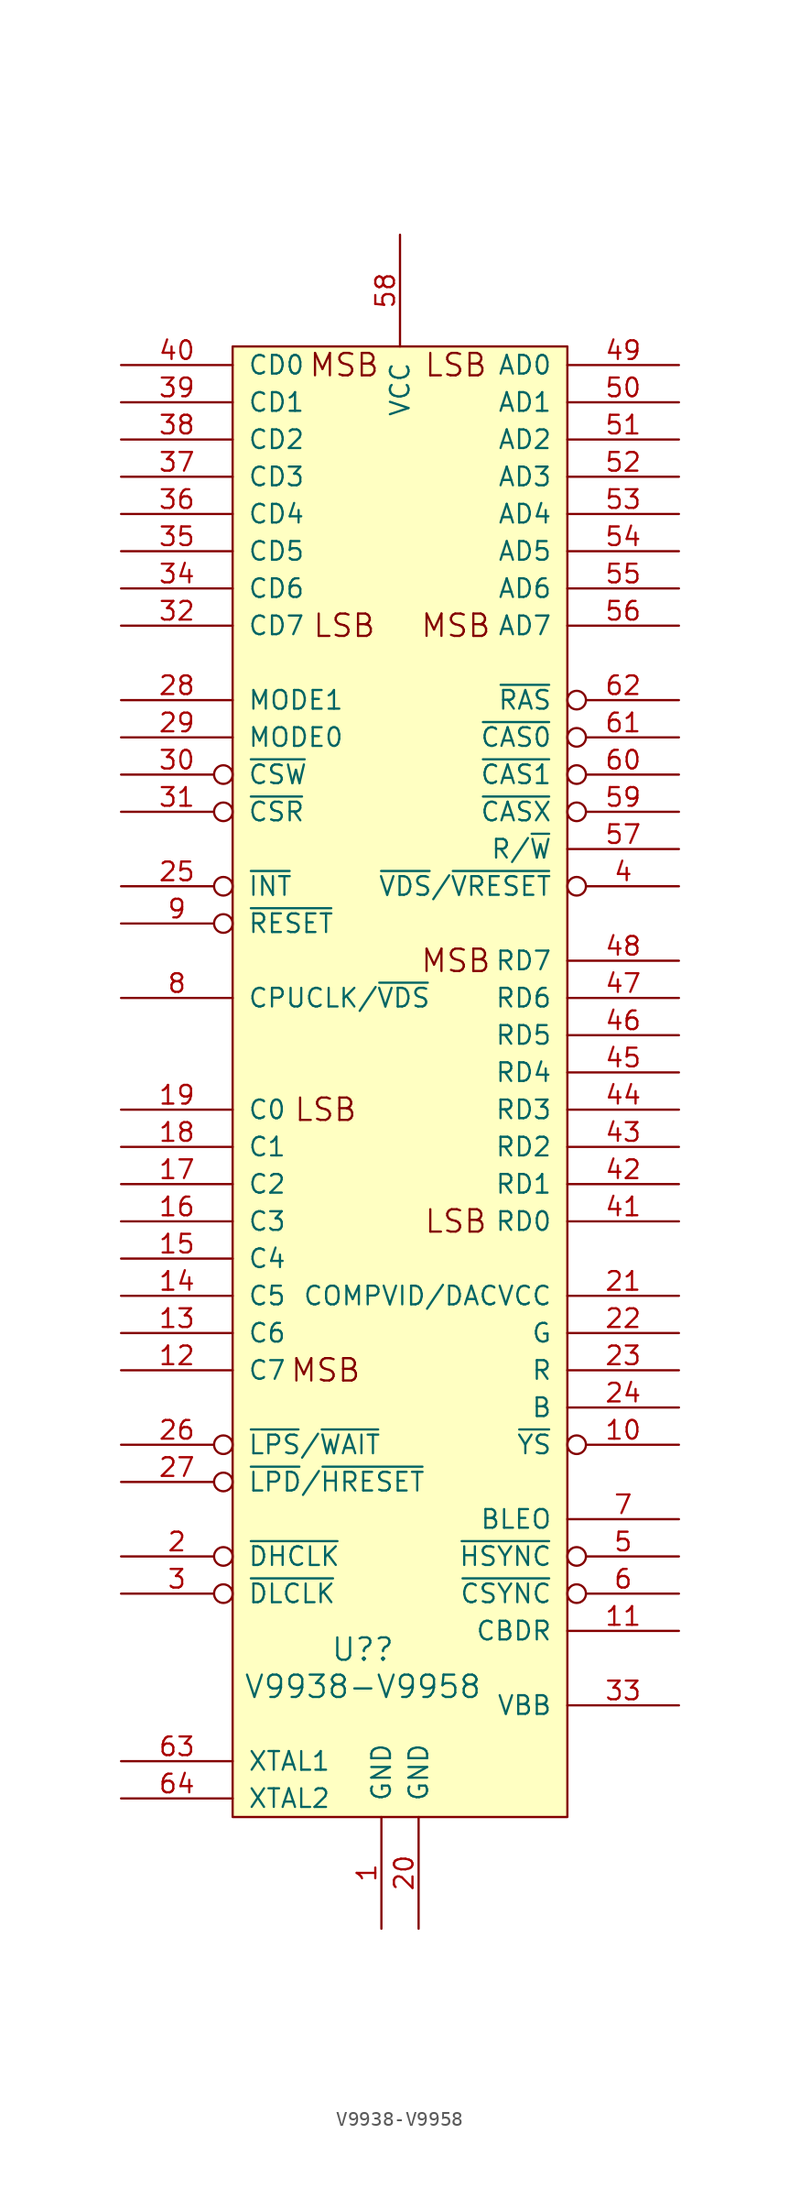
<source format=kicad_sym>
(kicad_symbol_lib
  (version 20211014)
  (generator kicad_symbol_editor)
  (symbol "V9938-V9958"
    (pin_names
      (offset 1.016))
    (property "Reference" "U?"
      (at -2.54 -44.45 0)
      (effects (font (size 1.524 1.524))))
    (property "Value" "V9938-V9958"
      (at -2.54 -46.99 0)
      (effects (font (size 1.524 1.524))))
    (property "Datasheet" ""
      (at 0 0 0)
      (effects (font (size 1.524 1.524))))
    (symbol "V9938-V9958_0_0"
      (rectangle (start -11.43 44.45) (end 11.43 -55.88) (stroke (width 0) (type default) (color 0 0 0 0)) (fill (type background)))
      (text "LSB" (at -5.08 -7.62 0) (effects (font (size 1.524 1.524))))
      (text "LSB" (at -3.81 25.4 0) (effects (font (size 1.524 1.524))))
      (text "LSB" (at 3.81 -15.24 0) (effects (font (size 1.524 1.524))))
      (text "LSB" (at 3.81 43.18 0) (effects (font (size 1.524 1.524))))
      (text "MSB" (at -5.08 -25.4 0) (effects (font (size 1.524 1.524))))
      (text "MSB" (at -3.81 43.18 0) (effects (font (size 1.524 1.524))))
      (text "MSB" (at 3.81 2.54 0) (effects (font (size 1.524 1.524))))
      (text "MSB" (at 3.81 25.4 0) (effects (font (size 1.524 1.524)))))
    (symbol "V9938-V9958_1_1"
      (pin power_in line (at -1.27 -63.5 90) (length 7.62) (name "GND" (effects (font (size 1.27 1.27)))) (number "1" (effects (font (size 1.27 1.27)))))
      (pin output inverted (at 19.05 -30.48 180) (length 7.62) (name "~{YS}" (effects (font (size 1.27 1.27)))) (number "10" (effects (font (size 1.27 1.27)))))
      (pin output line (at 19.05 -43.18 180) (length 7.62) (name "CBDR" (effects (font (size 1.27 1.27)))) (number "11" (effects (font (size 1.27 1.27)))))
      (pin bidirectional line (at -19.05 -25.4 0) (length 7.62) (name "C7" (effects (font (size 1.27 1.27)))) (number "12" (effects (font (size 1.27 1.27)))))
      (pin bidirectional line (at -19.05 -22.86 0) (length 7.62) (name "C6" (effects (font (size 1.27 1.27)))) (number "13" (effects (font (size 1.27 1.27)))))
      (pin bidirectional line (at -19.05 -20.32 0) (length 7.62) (name "C5" (effects (font (size 1.27 1.27)))) (number "14" (effects (font (size 1.27 1.27)))))
      (pin bidirectional line (at -19.05 -17.78 0) (length 7.62) (name "C4" (effects (font (size 1.27 1.27)))) (number "15" (effects (font (size 1.27 1.27)))))
      (pin bidirectional line (at -19.05 -15.24 0) (length 7.62) (name "C3" (effects (font (size 1.27 1.27)))) (number "16" (effects (font (size 1.27 1.27)))))
      (pin bidirectional line (at -19.05 -12.7 0) (length 7.62) (name "C2" (effects (font (size 1.27 1.27)))) (number "17" (effects (font (size 1.27 1.27)))))
      (pin bidirectional line (at -19.05 -10.16 0) (length 7.62) (name "C1" (effects (font (size 1.27 1.27)))) (number "18" (effects (font (size 1.27 1.27)))))
      (pin bidirectional line (at -19.05 -7.62 0) (length 7.62) (name "C0" (effects (font (size 1.27 1.27)))) (number "19" (effects (font (size 1.27 1.27)))))
      (pin output inverted (at -19.05 -38.1 0) (length 7.62) (name "~{DHCLK}" (effects (font (size 1.27 1.27)))) (number "2" (effects (font (size 1.27 1.27)))))
      (pin power_in line (at 1.27 -63.5 90) (length 7.62) (name "GND" (effects (font (size 1.27 1.27)))) (number "20" (effects (font (size 1.27 1.27)))))
      (pin bidirectional line (at 19.05 -20.32 180) (length 7.62) (name "COMPVID/DACVCC" (effects (font (size 1.27 1.27)))) (number "21" (effects (font (size 1.27 1.27)))))
      (pin output line (at 19.05 -22.86 180) (length 7.62) (name "G" (effects (font (size 1.27 1.27)))) (number "22" (effects (font (size 1.27 1.27)))))
      (pin output line (at 19.05 -25.4 180) (length 7.62) (name "R" (effects (font (size 1.27 1.27)))) (number "23" (effects (font (size 1.27 1.27)))))
      (pin output line (at 19.05 -27.94 180) (length 7.62) (name "B" (effects (font (size 1.27 1.27)))) (number "24" (effects (font (size 1.27 1.27)))))
      (pin output inverted (at -19.05 7.62 0) (length 7.62) (name "~{INT}" (effects (font (size 1.27 1.27)))) (number "25" (effects (font (size 1.27 1.27)))))
      (pin input inverted (at -19.05 -30.48 0) (length 7.62) (name "~{LPS}/~{WAIT}" (effects (font (size 1.27 1.27)))) (number "26" (effects (font (size 1.27 1.27)))))
      (pin input inverted (at -19.05 -33.02 0) (length 7.62) (name "~{LPD}/~{HRESET}" (effects (font (size 1.27 1.27)))) (number "27" (effects (font (size 1.27 1.27)))))
      (pin input line (at -19.05 20.32 0) (length 7.62) (name "MODE1" (effects (font (size 1.27 1.27)))) (number "28" (effects (font (size 1.27 1.27)))))
      (pin input line (at -19.05 17.78 0) (length 7.62) (name "MODE0" (effects (font (size 1.27 1.27)))) (number "29" (effects (font (size 1.27 1.27)))))
      (pin bidirectional inverted (at -19.05 -40.64 0) (length 7.62) (name "~{DLCLK}" (effects (font (size 1.27 1.27)))) (number "3" (effects (font (size 1.27 1.27)))))
      (pin input inverted (at -19.05 15.24 0) (length 7.62) (name "~{CSW}" (effects (font (size 1.27 1.27)))) (number "30" (effects (font (size 1.27 1.27)))))
      (pin input inverted (at -19.05 12.7 0) (length 7.62) (name "~{CSR}" (effects (font (size 1.27 1.27)))) (number "31" (effects (font (size 1.27 1.27)))))
      (pin bidirectional line (at -19.05 25.4 0) (length 7.62) (name "CD7" (effects (font (size 1.27 1.27)))) (number "32" (effects (font (size 1.27 1.27)))))
      (pin power_out line (at 19.05 -48.26 180) (length 7.62) (name "VBB" (effects (font (size 1.27 1.27)))) (number "33" (effects (font (size 1.27 1.27)))))
      (pin bidirectional line (at -19.05 27.94 0) (length 7.62) (name "CD6" (effects (font (size 1.27 1.27)))) (number "34" (effects (font (size 1.27 1.27)))))
      (pin bidirectional line (at -19.05 30.48 0) (length 7.62) (name "CD5" (effects (font (size 1.27 1.27)))) (number "35" (effects (font (size 1.27 1.27)))))
      (pin bidirectional line (at -19.05 33.02 0) (length 7.62) (name "CD4" (effects (font (size 1.27 1.27)))) (number "36" (effects (font (size 1.27 1.27)))))
      (pin bidirectional line (at -19.05 35.56 0) (length 7.62) (name "CD3" (effects (font (size 1.27 1.27)))) (number "37" (effects (font (size 1.27 1.27)))))
      (pin bidirectional line (at -19.05 38.1 0) (length 7.62) (name "CD2" (effects (font (size 1.27 1.27)))) (number "38" (effects (font (size 1.27 1.27)))))
      (pin bidirectional line (at -19.05 40.64 0) (length 7.62) (name "CD1" (effects (font (size 1.27 1.27)))) (number "39" (effects (font (size 1.27 1.27)))))
      (pin bidirectional inverted (at 19.05 7.62 180) (length 7.62) (name "~{VDS}/~{VRESET}" (effects (font (size 1.27 1.27)))) (number "4" (effects (font (size 1.27 1.27)))))
      (pin bidirectional line (at -19.05 43.18 0) (length 7.62) (name "CD0" (effects (font (size 1.27 1.27)))) (number "40" (effects (font (size 1.27 1.27)))))
      (pin input line (at 19.05 -15.24 180) (length 7.62) (name "RD0" (effects (font (size 1.27 1.27)))) (number "41" (effects (font (size 1.27 1.27)))))
      (pin input line (at 19.05 -12.7 180) (length 7.62) (name "RD1" (effects (font (size 1.27 1.27)))) (number "42" (effects (font (size 1.27 1.27)))))
      (pin input line (at 19.05 -10.16 180) (length 7.62) (name "RD2" (effects (font (size 1.27 1.27)))) (number "43" (effects (font (size 1.27 1.27)))))
      (pin input line (at 19.05 -7.62 180) (length 7.62) (name "RD3" (effects (font (size 1.27 1.27)))) (number "44" (effects (font (size 1.27 1.27)))))
      (pin input line (at 19.05 -5.08 180) (length 7.62) (name "RD4" (effects (font (size 1.27 1.27)))) (number "45" (effects (font (size 1.27 1.27)))))
      (pin input line (at 19.05 -2.54 180) (length 7.62) (name "RD5" (effects (font (size 1.27 1.27)))) (number "46" (effects (font (size 1.27 1.27)))))
      (pin input line (at 19.05 0 180) (length 7.62) (name "RD6" (effects (font (size 1.27 1.27)))) (number "47" (effects (font (size 1.27 1.27)))))
      (pin input line (at 19.05 2.54 180) (length 7.62) (name "RD7" (effects (font (size 1.27 1.27)))) (number "48" (effects (font (size 1.27 1.27)))))
      (pin output line (at 19.05 43.18 180) (length 7.62) (name "AD0" (effects (font (size 1.27 1.27)))) (number "49" (effects (font (size 1.27 1.27)))))
      (pin bidirectional inverted (at 19.05 -38.1 180) (length 7.62) (name "~{HSYNC}" (effects (font (size 1.27 1.27)))) (number "5" (effects (font (size 1.27 1.27)))))
      (pin output line (at 19.05 40.64 180) (length 7.62) (name "AD1" (effects (font (size 1.27 1.27)))) (number "50" (effects (font (size 1.27 1.27)))))
      (pin output line (at 19.05 38.1 180) (length 7.62) (name "AD2" (effects (font (size 1.27 1.27)))) (number "51" (effects (font (size 1.27 1.27)))))
      (pin output line (at 19.05 35.56 180) (length 7.62) (name "AD3" (effects (font (size 1.27 1.27)))) (number "52" (effects (font (size 1.27 1.27)))))
      (pin output line (at 19.05 33.02 180) (length 7.62) (name "AD4" (effects (font (size 1.27 1.27)))) (number "53" (effects (font (size 1.27 1.27)))))
      (pin output line (at 19.05 30.48 180) (length 7.62) (name "AD5" (effects (font (size 1.27 1.27)))) (number "54" (effects (font (size 1.27 1.27)))))
      (pin output line (at 19.05 27.94 180) (length 7.62) (name "AD6" (effects (font (size 1.27 1.27)))) (number "55" (effects (font (size 1.27 1.27)))))
      (pin output line (at 19.05 25.4 180) (length 7.62) (name "AD7" (effects (font (size 1.27 1.27)))) (number "56" (effects (font (size 1.27 1.27)))))
      (pin output line (at 19.05 10.16 180) (length 7.62) (name "R/~{W}" (effects (font (size 1.27 1.27)))) (number "57" (effects (font (size 1.27 1.27)))))
      (pin power_in line (at 0 52.07 270) (length 7.62) (name "VCC" (effects (font (size 1.27 1.27)))) (number "58" (effects (font (size 1.27 1.27)))))
      (pin output inverted (at 19.05 12.7 180) (length 7.62) (name "~{CASX}" (effects (font (size 1.27 1.27)))) (number "59" (effects (font (size 1.27 1.27)))))
      (pin bidirectional inverted (at 19.05 -40.64 180) (length 7.62) (name "~{CSYNC}" (effects (font (size 1.27 1.27)))) (number "6" (effects (font (size 1.27 1.27)))))
      (pin output inverted (at 19.05 15.24 180) (length 7.62) (name "~{CAS1}" (effects (font (size 1.27 1.27)))) (number "60" (effects (font (size 1.27 1.27)))))
      (pin output inverted (at 19.05 17.78 180) (length 7.62) (name "~{CAS0}" (effects (font (size 1.27 1.27)))) (number "61" (effects (font (size 1.27 1.27)))))
      (pin output inverted (at 19.05 20.32 180) (length 7.62) (name "~{RAS}" (effects (font (size 1.27 1.27)))) (number "62" (effects (font (size 1.27 1.27)))))
      (pin input line (at -19.05 -52.07 0) (length 7.62) (name "XTAL1" (effects (font (size 1.27 1.27)))) (number "63" (effects (font (size 1.27 1.27)))))
      (pin input line (at -19.05 -54.61 0) (length 7.62) (name "XTAL2" (effects (font (size 1.27 1.27)))) (number "64" (effects (font (size 1.27 1.27)))))
      (pin open_collector line (at 19.05 -35.56 180) (length 7.62) (name "BLEO" (effects (font (size 1.27 1.27)))) (number "7" (effects (font (size 1.27 1.27)))))
      (pin output line (at -19.05 0 0) (length 7.62) (name "CPUCLK/~{VDS}" (effects (font (size 1.27 1.27)))) (number "8" (effects (font (size 1.27 1.27)))))
      (pin input inverted (at -19.05 5.08 0) (length 7.62) (name "~{RESET}" (effects (font (size 1.27 1.27)))) (number "9" (effects (font (size 1.27 1.27))))))))
</source>
